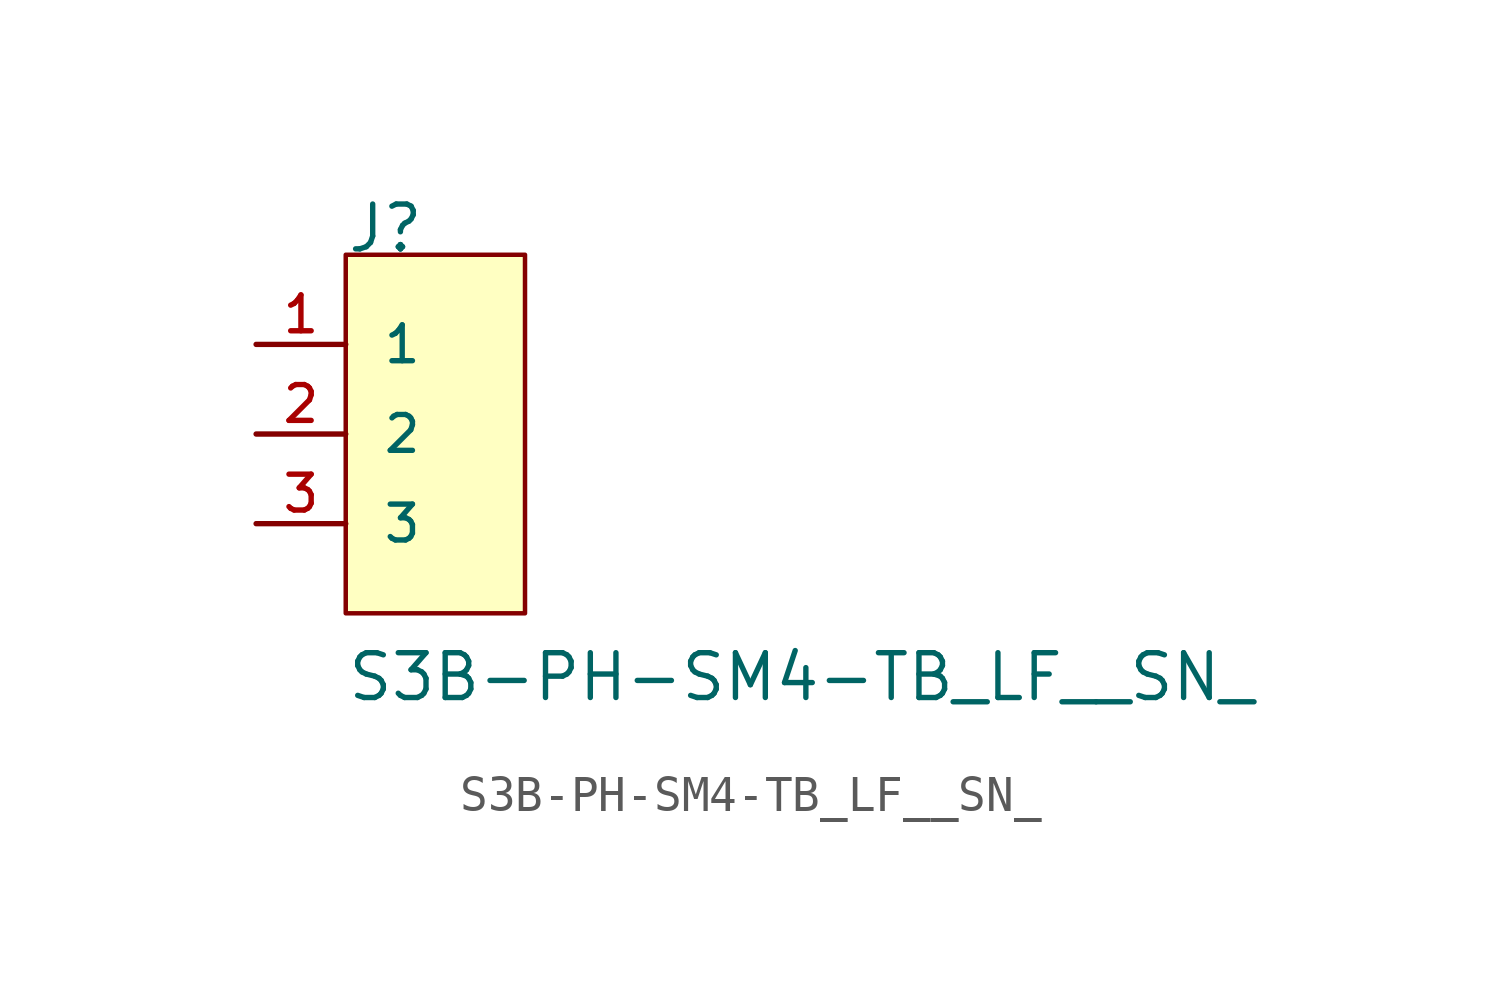
<source format=kicad_sym>
(kicad_symbol_lib
  (version 20211014)
  (generator kicad_symbol_editor)
  (symbol "S3B-PH-SM4-TB_LF__SN_"
    (pin_names
      (offset 1.016))
    (property "Reference" "J"
      (at -2.542 5.084 0)
      (effects (font (size 1.27 1.27)) (justify bottom left)))
    (property "Value" "S3B-PH-SM4-TB_LF__SN_"
      (at -2.543 -7.63 0)
      (effects (font (size 1.27 1.27)) (justify bottom left)))
    (symbol "S3B-PH-SM4-TB_LF__SN__0_0"
      (rectangle (start -2.54 -5.08) (end 2.54 5.08) (stroke (width 0.127)) (fill (type background)))
      (pin passive line (at -5.08 2.54 0) (length 2.54) (name "1" (effects (font (size 1.016 1.016)))) (number "1" (effects (font (size 1.016 1.016)))))
      (pin passive line (at -5.08 0.0 0) (length 2.54) (name "2" (effects (font (size 1.016 1.016)))) (number "2" (effects (font (size 1.016 1.016)))))
      (pin passive line (at -5.08 -2.54 0) (length 2.54) (name "3" (effects (font (size 1.016 1.016)))) (number "3" (effects (font (size 1.016 1.016))))))))
</source>
